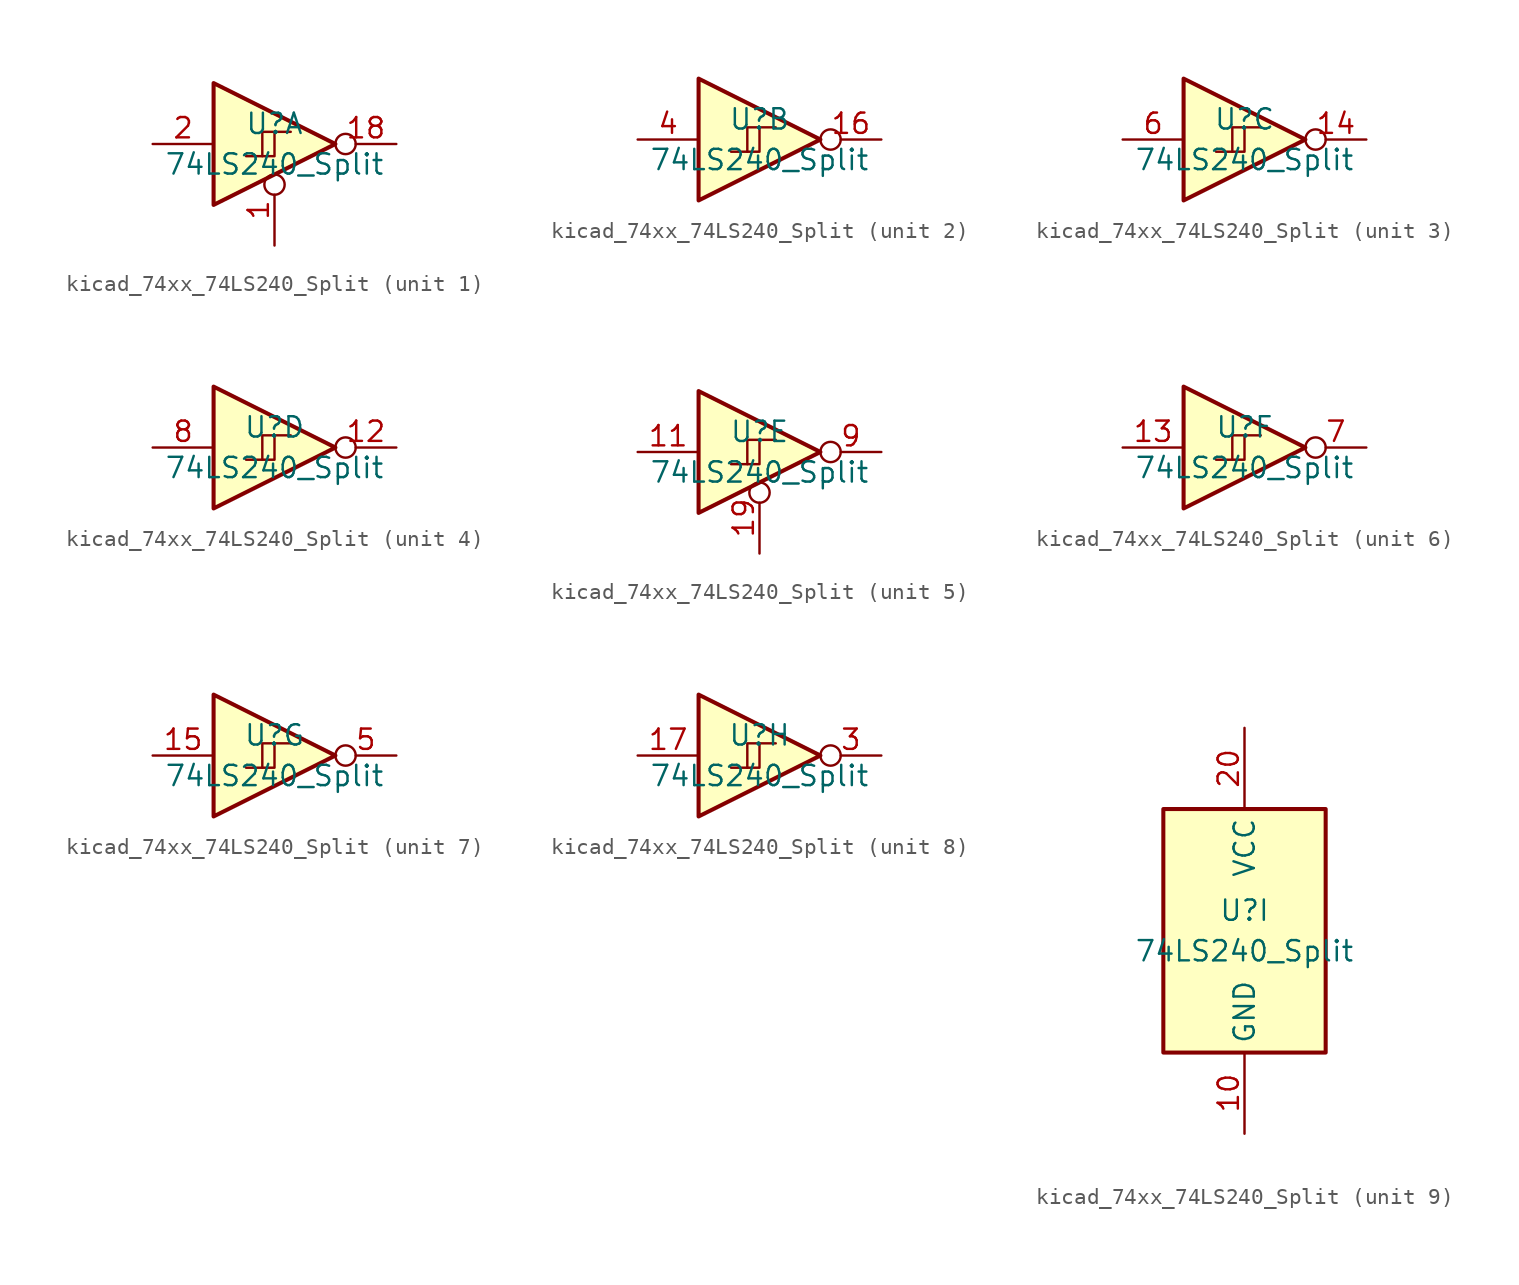
<source format=kicad_sym>
(kicad_symbol_lib
  (version 20220914)
  (generator kicad_symbol_editor)
  (symbol "kicad_74xx_74LS240_Split"
    (property "Reference" "U"
      (at 0 1.27 0)
      (effects (font (size 1.27 1.27))))
    (property "Value" "74LS240_Split"
      (at 0 -1.27 0)
      (effects (font (size 1.27 1.27))))
    (property "ki_locked" ""
      (at 0 0 0)
      (effects (font (size 1.27 1.27))))
    (symbol "kicad_74xx_74LS240_Split_1_0"
      (polyline (pts (xy -3.81 3.81) (xy -3.81 -3.81) (xy 3.81 0) (xy -3.81 3.81)) (stroke (width 0.254) (type default)) (fill (type background)))
      (pin input inverted (at 0 -6.35 90) (length 4.445) (name "~" (effects (font (size 1.27 1.27)))) (number "1" (effects (font (size 1.27 1.27)))))
      (pin tri_state inverted (at 7.62 0 180) (length 3.81) (name "~" (effects (font (size 1.27 1.27)))) (number "18" (effects (font (size 1.27 1.27)))))
      (pin input line (at -7.62 0 0) (length 3.81) (name "~" (effects (font (size 1.27 1.27)))) (number "2" (effects (font (size 1.27 1.27))))))
    (symbol "kicad_74xx_74LS240_Split_1_1"
      (polyline (pts (xy -0.762 -0.762) (xy -0.762 0.762) (xy 1.016 0.762)) (stroke (width 0) (type default)) (fill (type none)))
      (polyline (pts (xy 0 0.762) (xy 0 -0.762) (xy -1.778 -0.762)) (stroke (width 0) (type default)) (fill (type none))))
    (symbol "kicad_74xx_74LS240_Split_2_0"
      (polyline (pts (xy -3.81 3.81) (xy -3.81 -3.81) (xy 3.81 0) (xy -3.81 3.81)) (stroke (width 0.254) (type default)) (fill (type background)))
      (pin tri_state inverted (at 7.62 0 180) (length 3.81) (name "~" (effects (font (size 1.27 1.27)))) (number "16" (effects (font (size 1.27 1.27)))))
      (pin input line (at -7.62 0 0) (length 3.81) (name "~" (effects (font (size 1.27 1.27)))) (number "4" (effects (font (size 1.27 1.27))))))
    (symbol "kicad_74xx_74LS240_Split_2_1"
      (polyline (pts (xy -0.762 -0.762) (xy -0.762 0.762) (xy 1.016 0.762)) (stroke (width 0) (type default)) (fill (type none)))
      (polyline (pts (xy 0 0.762) (xy 0 -0.762) (xy -1.778 -0.762)) (stroke (width 0) (type default)) (fill (type none))))
    (symbol "kicad_74xx_74LS240_Split_3_0"
      (polyline (pts (xy -3.81 3.81) (xy -3.81 -3.81) (xy 3.81 0) (xy -3.81 3.81)) (stroke (width 0.254) (type default)) (fill (type background)))
      (pin tri_state inverted (at 7.62 0 180) (length 3.81) (name "~" (effects (font (size 1.27 1.27)))) (number "14" (effects (font (size 1.27 1.27)))))
      (pin input line (at -7.62 0 0) (length 3.81) (name "~" (effects (font (size 1.27 1.27)))) (number "6" (effects (font (size 1.27 1.27))))))
    (symbol "kicad_74xx_74LS240_Split_3_1"
      (polyline (pts (xy -0.762 -0.762) (xy -0.762 0.762) (xy 1.016 0.762)) (stroke (width 0) (type default)) (fill (type none)))
      (polyline (pts (xy 0 0.762) (xy 0 -0.762) (xy -1.778 -0.762)) (stroke (width 0) (type default)) (fill (type none))))
    (symbol "kicad_74xx_74LS240_Split_4_0"
      (polyline (pts (xy -3.81 3.81) (xy -3.81 -3.81) (xy 3.81 0) (xy -3.81 3.81)) (stroke (width 0.254) (type default)) (fill (type background)))
      (pin tri_state inverted (at 7.62 0 180) (length 3.81) (name "~" (effects (font (size 1.27 1.27)))) (number "12" (effects (font (size 1.27 1.27)))))
      (pin input line (at -7.62 0 0) (length 3.81) (name "~" (effects (font (size 1.27 1.27)))) (number "8" (effects (font (size 1.27 1.27))))))
    (symbol "kicad_74xx_74LS240_Split_4_1"
      (polyline (pts (xy -0.762 -0.762) (xy -0.762 0.762) (xy 1.016 0.762)) (stroke (width 0) (type default)) (fill (type none)))
      (polyline (pts (xy 0 0.762) (xy 0 -0.762) (xy -1.778 -0.762)) (stroke (width 0) (type default)) (fill (type none))))
    (symbol "kicad_74xx_74LS240_Split_5_0"
      (polyline (pts (xy -3.81 3.81) (xy -3.81 -3.81) (xy 3.81 0) (xy -3.81 3.81)) (stroke (width 0.254) (type default)) (fill (type background)))
      (pin input line (at -7.62 0 0) (length 3.81) (name "~" (effects (font (size 1.27 1.27)))) (number "11" (effects (font (size 1.27 1.27)))))
      (pin input inverted (at 0 -6.35 90) (length 4.445) (name "~" (effects (font (size 1.27 1.27)))) (number "19" (effects (font (size 1.27 1.27)))))
      (pin tri_state inverted (at 7.62 0 180) (length 3.81) (name "~" (effects (font (size 1.27 1.27)))) (number "9" (effects (font (size 1.27 1.27))))))
    (symbol "kicad_74xx_74LS240_Split_5_1"
      (polyline (pts (xy -0.762 -0.762) (xy -0.762 0.762) (xy 1.016 0.762)) (stroke (width 0) (type default)) (fill (type none)))
      (polyline (pts (xy 0 0.762) (xy 0 -0.762) (xy -1.778 -0.762)) (stroke (width 0) (type default)) (fill (type none))))
    (symbol "kicad_74xx_74LS240_Split_6_0"
      (polyline (pts (xy -3.81 3.81) (xy -3.81 -3.81) (xy 3.81 0) (xy -3.81 3.81)) (stroke (width 0.254) (type default)) (fill (type background)))
      (pin input line (at -7.62 0 0) (length 3.81) (name "~" (effects (font (size 1.27 1.27)))) (number "13" (effects (font (size 1.27 1.27)))))
      (pin tri_state inverted (at 7.62 0 180) (length 3.81) (name "~" (effects (font (size 1.27 1.27)))) (number "7" (effects (font (size 1.27 1.27))))))
    (symbol "kicad_74xx_74LS240_Split_6_1"
      (polyline (pts (xy -0.762 -0.762) (xy -0.762 0.762) (xy 1.016 0.762)) (stroke (width 0) (type default)) (fill (type none)))
      (polyline (pts (xy 0 0.762) (xy 0 -0.762) (xy -1.778 -0.762)) (stroke (width 0) (type default)) (fill (type none))))
    (symbol "kicad_74xx_74LS240_Split_7_0"
      (polyline (pts (xy -3.81 3.81) (xy -3.81 -3.81) (xy 3.81 0) (xy -3.81 3.81)) (stroke (width 0.254) (type default)) (fill (type background)))
      (pin input line (at -7.62 0 0) (length 3.81) (name "~" (effects (font (size 1.27 1.27)))) (number "15" (effects (font (size 1.27 1.27)))))
      (pin tri_state inverted (at 7.62 0 180) (length 3.81) (name "~" (effects (font (size 1.27 1.27)))) (number "5" (effects (font (size 1.27 1.27))))))
    (symbol "kicad_74xx_74LS240_Split_7_1"
      (polyline (pts (xy -0.762 -0.762) (xy -0.762 0.762) (xy 1.016 0.762)) (stroke (width 0) (type default)) (fill (type none)))
      (polyline (pts (xy 0 0.762) (xy 0 -0.762) (xy -1.778 -0.762)) (stroke (width 0) (type default)) (fill (type none))))
    (symbol "kicad_74xx_74LS240_Split_8_0"
      (polyline (pts (xy -3.81 3.81) (xy -3.81 -3.81) (xy 3.81 0) (xy -3.81 3.81)) (stroke (width 0.254) (type default)) (fill (type background)))
      (pin input line (at -7.62 0 0) (length 3.81) (name "~" (effects (font (size 1.27 1.27)))) (number "17" (effects (font (size 1.27 1.27)))))
      (pin tri_state inverted (at 7.62 0 180) (length 3.81) (name "~" (effects (font (size 1.27 1.27)))) (number "3" (effects (font (size 1.27 1.27))))))
    (symbol "kicad_74xx_74LS240_Split_8_1"
      (polyline (pts (xy -0.762 -0.762) (xy -0.762 0.762) (xy 1.016 0.762)) (stroke (width 0) (type default)) (fill (type none)))
      (polyline (pts (xy 0 0.762) (xy 0 -0.762) (xy -1.778 -0.762)) (stroke (width 0) (type default)) (fill (type none))))
    (symbol "kicad_74xx_74LS240_Split_9_0"
      (pin power_in line (at 0 -12.7 90) (length 5.08) (name "GND" (effects (font (size 1.27 1.27)))) (number "10" (effects (font (size 1.27 1.27)))))
      (pin power_in line (at 0 12.7 270) (length 5.08) (name "VCC" (effects (font (size 1.27 1.27)))) (number "20" (effects (font (size 1.27 1.27))))))
    (symbol "kicad_74xx_74LS240_Split_9_1"
      (rectangle (start -5.08 7.62) (end 5.08 -7.62) (stroke (width 0.254) (type default)) (fill (type background))))))
</source>
